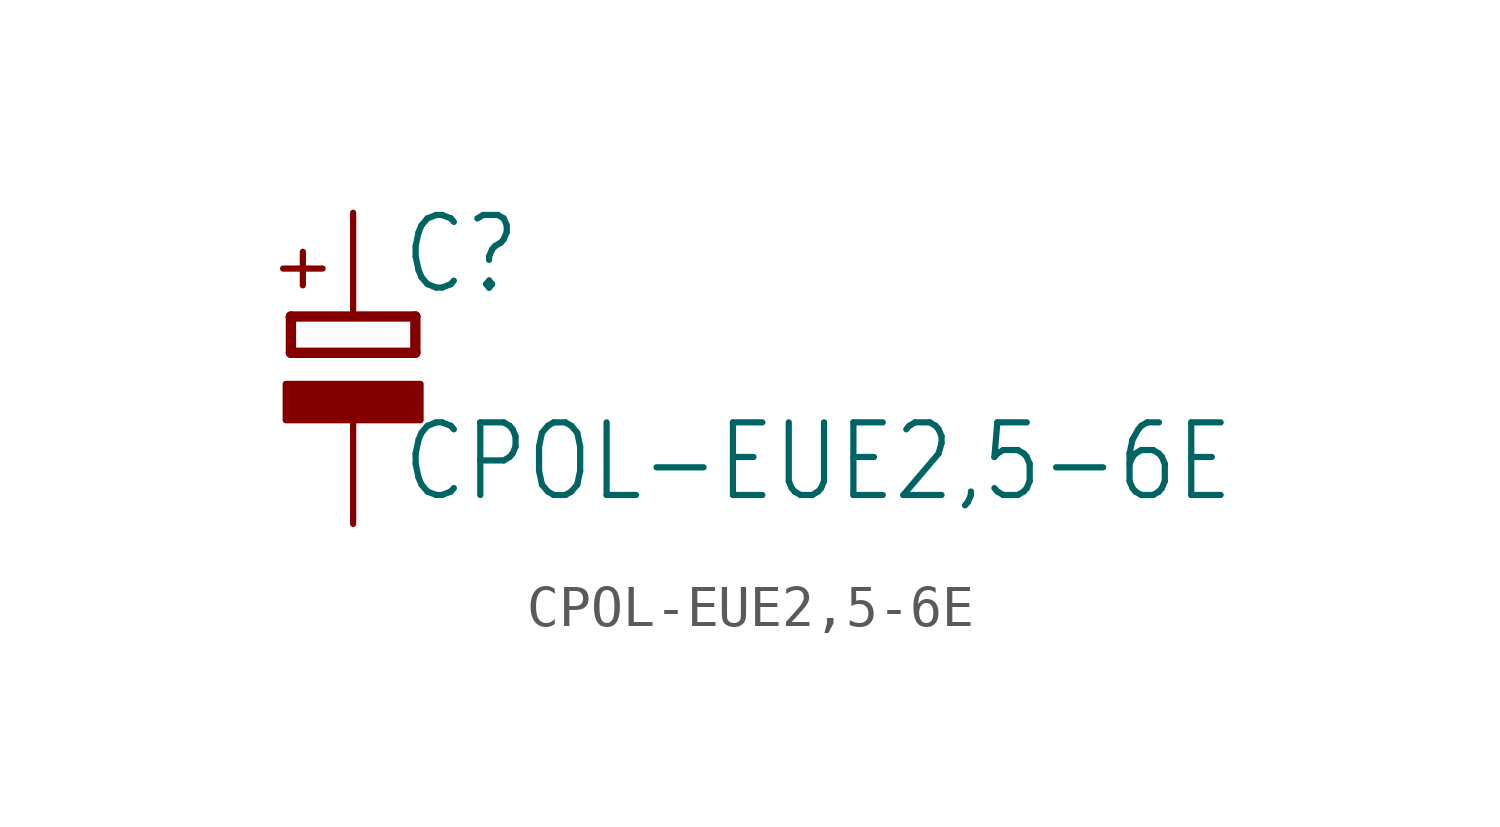
<source format=kicad_sym>
(kicad_symbol_lib
  (version 20211014)
  (generator kicad_symbol_editor)
  (symbol "CPOL-EUE2,5-6E"
    (property "Reference" "C"
      (at 1.143 0.483 0)
      (effects (font (size 1.778 1.511)) (justify left bottom)))
    (property "Value" "CPOL-EUE2,5-6E"
      (at 1.143 -4.597 0)
      (effects (font (size 1.778 1.511)) (justify left bottom)))
    (property "ki_locked" ""
      (at 0 0 0)
      (effects (font (size 1.27 1.27))))
    (symbol "CPOL-EUE2,5-6E_1_0"
      (rectangle (start -1.651 -2.54) (end 1.651 -1.651) (stroke (width 0) (type default) (color 0 0 0 0)) (fill (type outline)))
      (polyline (pts (xy -1.524 -0.889) (xy 1.524 -0.889)) (stroke (width 0.254) (type default) (color 0 0 0 0)) (fill (type none)))
      (polyline (pts (xy -1.524 0) (xy -1.524 -0.889)) (stroke (width 0.254) (type default) (color 0 0 0 0)) (fill (type none)))
      (polyline (pts (xy -1.524 0) (xy 1.524 0)) (stroke (width 0.254) (type default) (color 0 0 0 0)) (fill (type none)))
      (polyline (pts (xy 1.524 -0.889) (xy 1.524 0)) (stroke (width 0.254) (type default) (color 0 0 0 0)) (fill (type none)))
      (text "+" (at -0.584 0.406 900) (effects (font (size 1.27 1.079)) (justify left bottom)))
      (pin passive line (at 0 2.54 270) (length 2.54) (name "+" (effects (font (size 0 0)))) (number "1" (effects (font (size 0 0)))))
      (pin passive line (at 0 -5.08 90) (length 2.54) (name "-" (effects (font (size 0 0)))) (number "2" (effects (font (size 0 0))))))))
</source>
